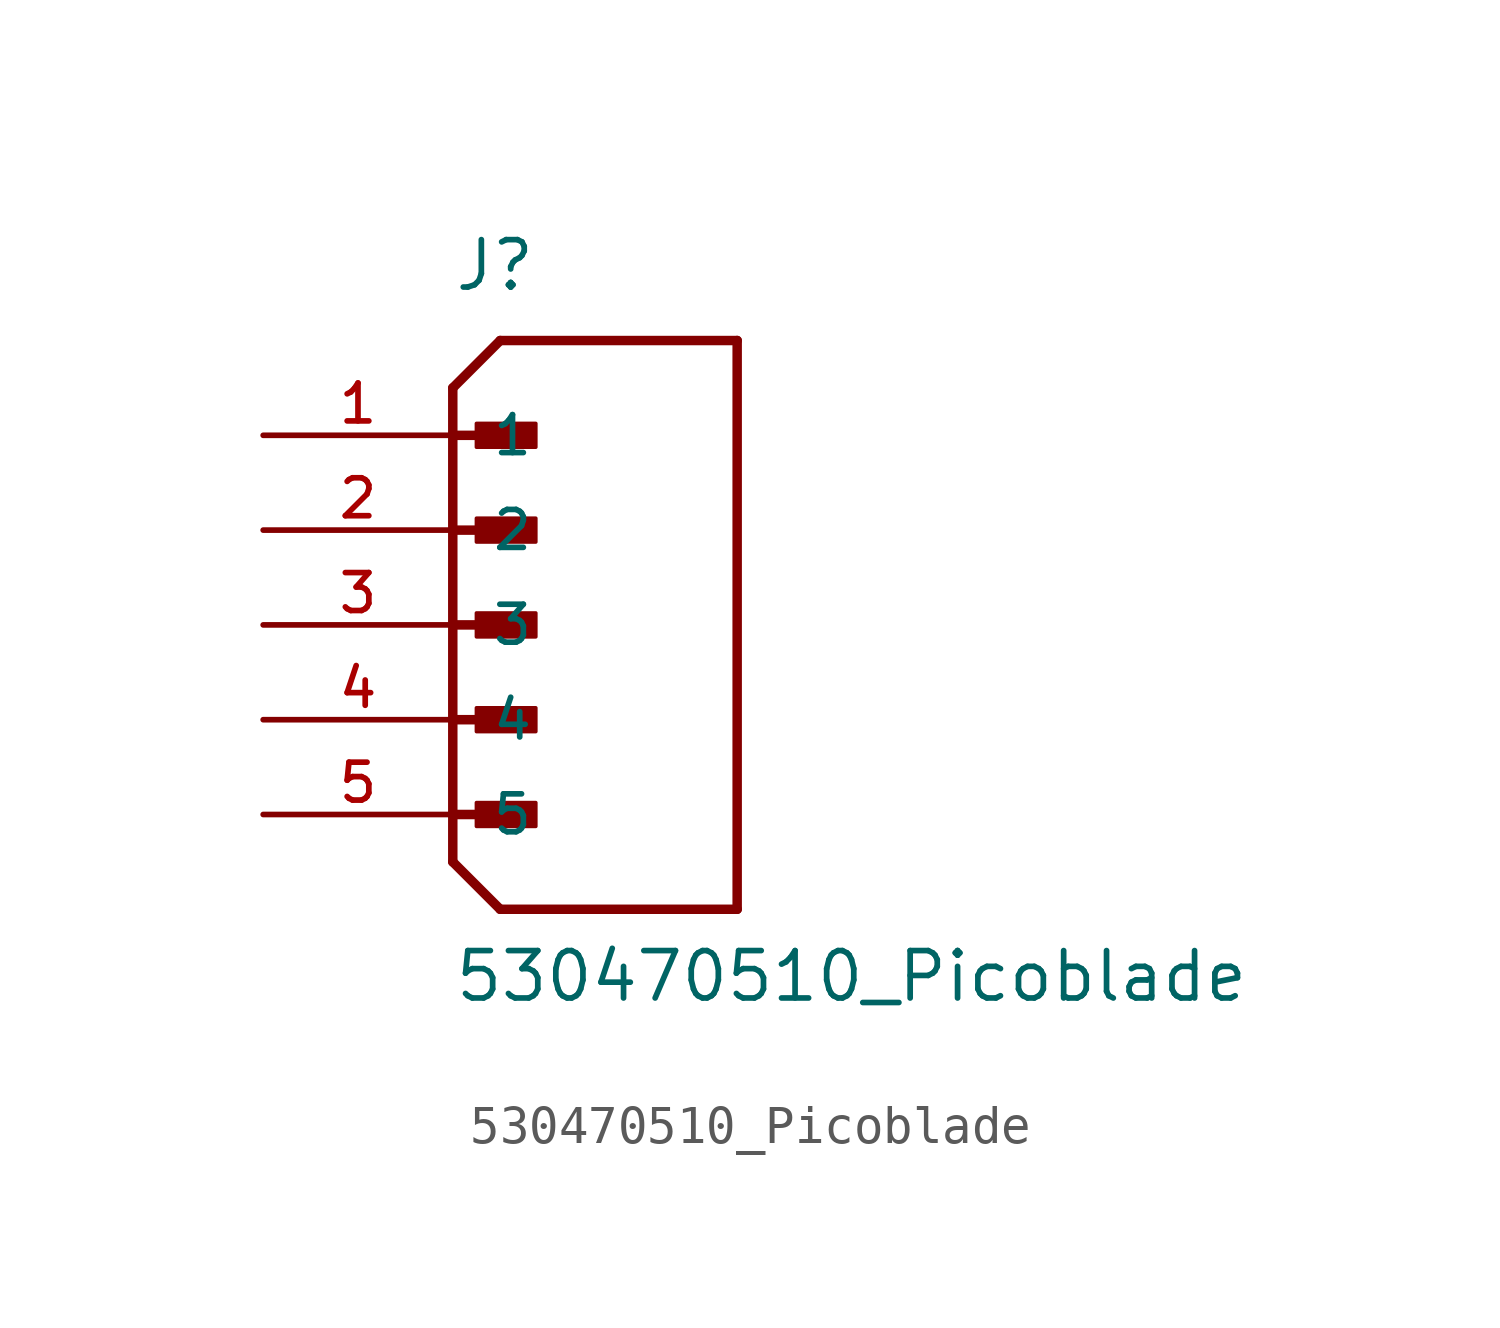
<source format=kicad_sym>
(kicad_symbol_lib
  (version 20231120)
  (generator "kicad_symbol_editor")
  (generator_version "8.0")
  (symbol "530470510_Picoblade"
    (pin_names
      (offset 1.016))
    (property "Reference" "J"
      (at 0 8.89 0)
      (effects (font (size 1.27 1.27)) (justify left bottom)))
    (property "Value" "530470510_Picoblade"
      (at 0 -10.16 0)
      (effects (font (size 1.27 1.27)) (justify left bottom)))
    (symbol "530470510_Picoblade_0_0"
      (polyline (pts (xy 0 -6.35) (xy 1.27 -7.62)) (stroke (width 0.254) (type default)) (fill (type none)))
      (polyline (pts (xy 0 -5.08) (xy 1.905 -5.08)) (stroke (width 0.254) (type default)) (fill (type none)))
      (polyline (pts (xy 0 -2.54) (xy 1.905 -2.54)) (stroke (width 0.254) (type default)) (fill (type none)))
      (polyline (pts (xy 0 0) (xy 1.905 0)) (stroke (width 0.254) (type default)) (fill (type none)))
      (polyline (pts (xy 0 2.54) (xy 1.905 2.54)) (stroke (width 0.254) (type default)) (fill (type none)))
      (polyline (pts (xy 0 5.08) (xy 1.905 5.08)) (stroke (width 0.254) (type default)) (fill (type none)))
      (polyline (pts (xy 0 6.35) (xy 0 -6.35)) (stroke (width 0.254) (type default)) (fill (type none)))
      (polyline (pts (xy 0 6.35) (xy 1.27 7.62)) (stroke (width 0.254) (type default)) (fill (type none)))
      (polyline (pts (xy 1.27 -7.62) (xy 7.62 -7.62)) (stroke (width 0.254) (type default)) (fill (type none)))
      (polyline (pts (xy 7.62 -7.62) (xy 7.62 7.62)) (stroke (width 0.254) (type default)) (fill (type none)))
      (polyline (pts (xy 7.62 7.62) (xy 1.27 7.62)) (stroke (width 0.254) (type default)) (fill (type none)))
      (rectangle (start 0.635 -5.397) (end 2.223 -4.763) (stroke (width 0.1) (type default)) (fill (type outline)))
      (rectangle (start 0.635 -2.857) (end 2.223 -2.223) (stroke (width 0.1) (type default)) (fill (type outline)))
      (rectangle (start 0.635 -0.318) (end 2.223 0.318) (stroke (width 0.1) (type default)) (fill (type outline)))
      (rectangle (start 0.635 2.223) (end 2.223 2.857) (stroke (width 0.1) (type default)) (fill (type outline)))
      (rectangle (start 0.635 4.763) (end 2.223 5.397) (stroke (width 0.1) (type default)) (fill (type outline)))
      (pin passive line (at -5.08 5.08 0) (length 5.08) (name "1" (effects (font (size 1.016 1.016)))) (number "1" (effects (font (size 1.016 1.016)))))
      (pin passive line (at -5.08 2.54 0) (length 5.08) (name "2" (effects (font (size 1.016 1.016)))) (number "2" (effects (font (size 1.016 1.016)))))
      (pin passive line (at -5.08 0 0) (length 5.08) (name "3" (effects (font (size 1.016 1.016)))) (number "3" (effects (font (size 1.016 1.016)))))
      (pin passive line (at -5.08 -2.54 0) (length 5.08) (name "4" (effects (font (size 1.016 1.016)))) (number "4" (effects (font (size 1.016 1.016)))))
      (pin passive line (at -5.08 -5.08 0) (length 5.08) (name "5" (effects (font (size 1.016 1.016)))) (number "5" (effects (font (size 1.016 1.016))))))))
</source>
